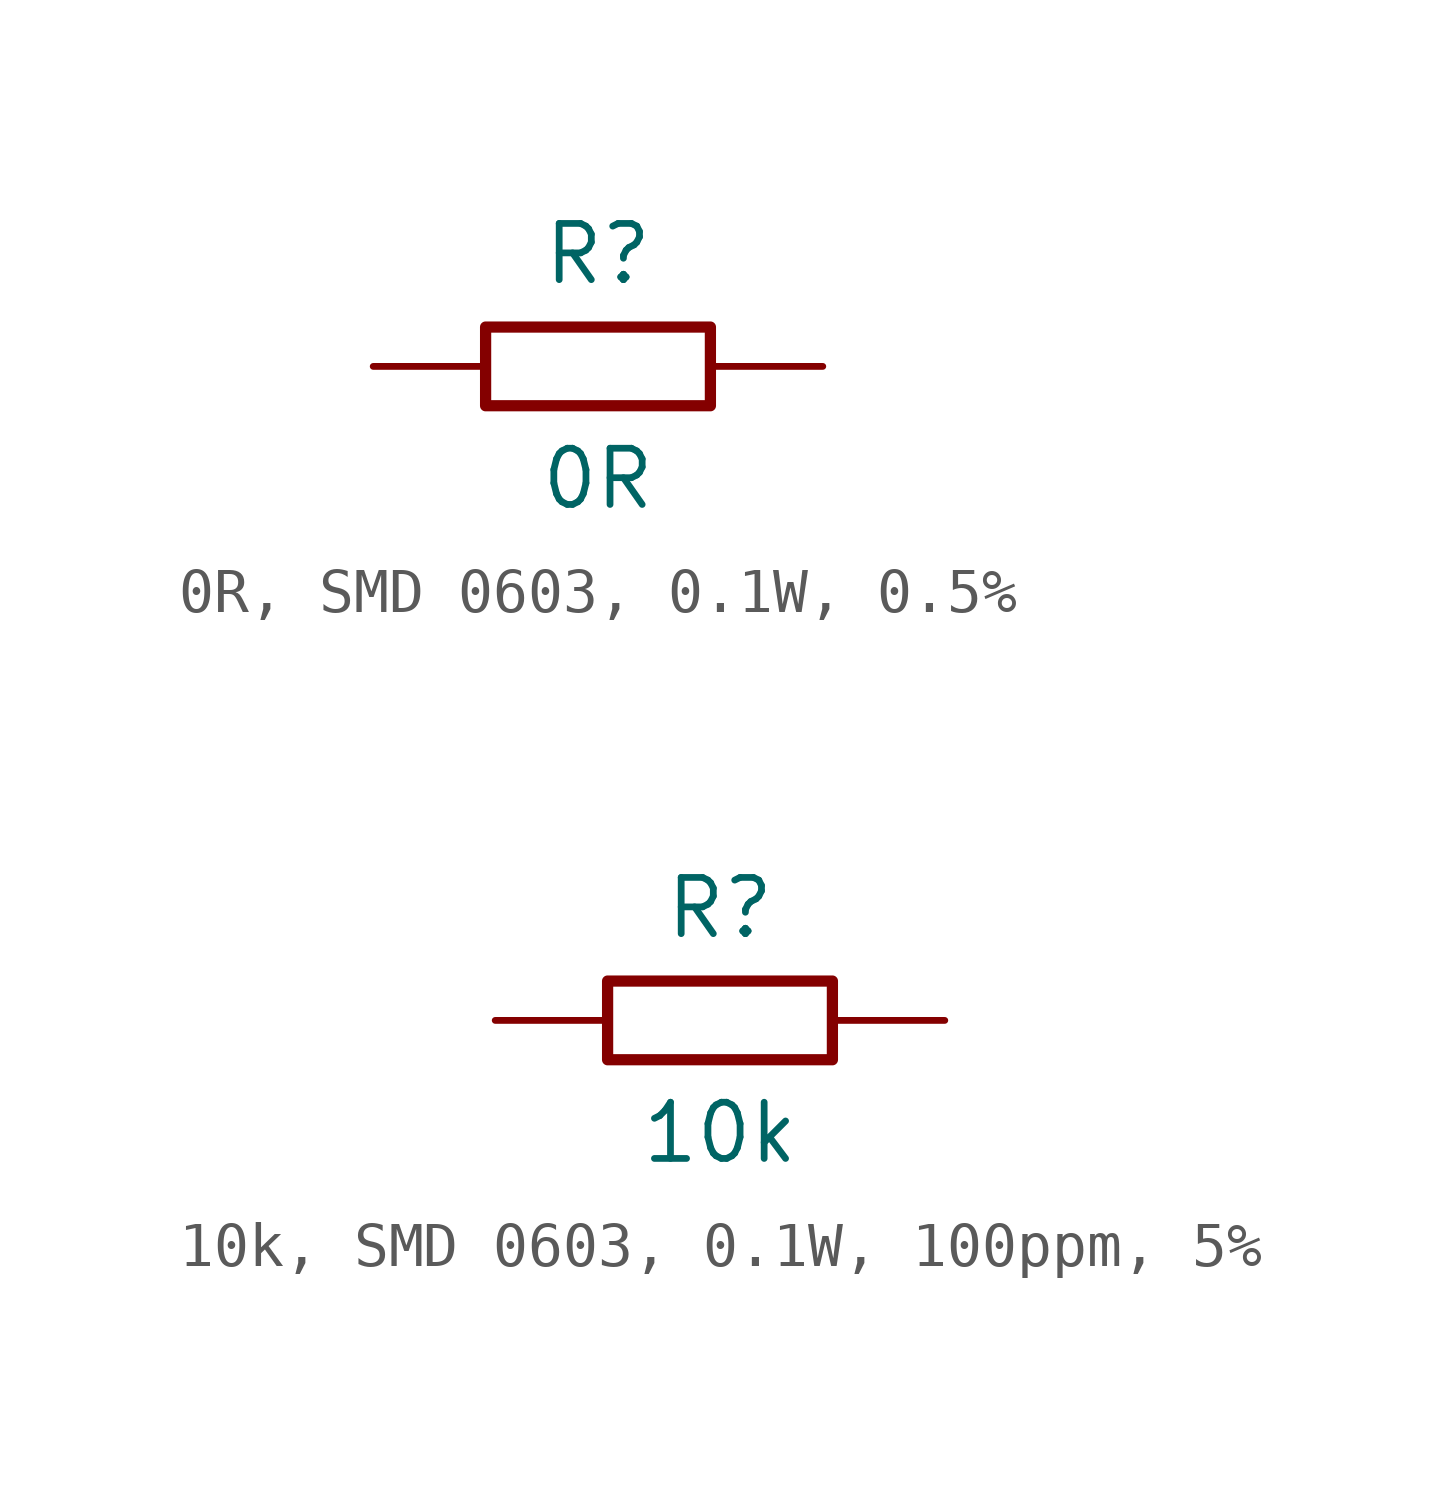
<source format=kicad_sym>
(kicad_symbol_lib
  (version 20241209)
  (generator "kicad_symbol_editor")
  (generator_version "9.0")
  (symbol "0R, SMD 0603, 0.1W, 0.5%"
    (pin_numbers
      (hide yes))
    (pin_names
      (offset 0)
      (hide yes))
    (property "Reference" "R"
      (at 0 2.54 0)
      (effects (font (size 1.27 1.27))))
    (property "Value" "0R"
      (at 0 -2.54 0)
      (effects (font (size 1.27 1.27))))
    (symbol "0R, SMD 0603, 0.1W, 0.5%_0_1"
      (rectangle (start -2.54 0.889) (end 2.54 -0.889) (stroke (width 0.254) (type default)) (fill (type none))))
    (symbol "0R, SMD 0603, 0.1W, 0.5%_1_1"
      (pin passive line (at -5.08 0 0) (length 2.54) (name "1" (effects (font (size 1.27 1.27)))) (number "1" (effects (font (size 1.27 1.27)))))
      (pin passive line (at 5.08 0 180) (length 2.54) (name "2" (effects (font (size 1.27 1.27)))) (number "2" (effects (font (size 1.27 1.27)))))))
  (symbol "10k, SMD 0603, 0.1W, 100ppm, 5%"
    (pin_numbers
      (hide yes))
    (pin_names
      (offset 0)
      (hide yes))
    (property "Reference" "R"
      (at 0 2.54 0)
      (effects (font (size 1.27 1.27))))
    (property "Value" "10k"
      (at 0 -2.54 0)
      (effects (font (size 1.27 1.27))))
    (symbol "10k, SMD 0603, 0.1W, 100ppm, 5%_0_1"
      (rectangle (start -2.54 0.889) (end 2.54 -0.889) (stroke (width 0.254) (type default)) (fill (type none))))
    (symbol "10k, SMD 0603, 0.1W, 100ppm, 5%_1_1"
      (pin passive line (at -5.08 0 0) (length 2.54) (name "1" (effects (font (size 1.27 1.27)))) (number "1" (effects (font (size 1.27 1.27)))))
      (pin passive line (at 5.08 0 180) (length 2.54) (name "2" (effects (font (size 1.27 1.27)))) (number "2" (effects (font (size 1.27 1.27))))))))
</source>
